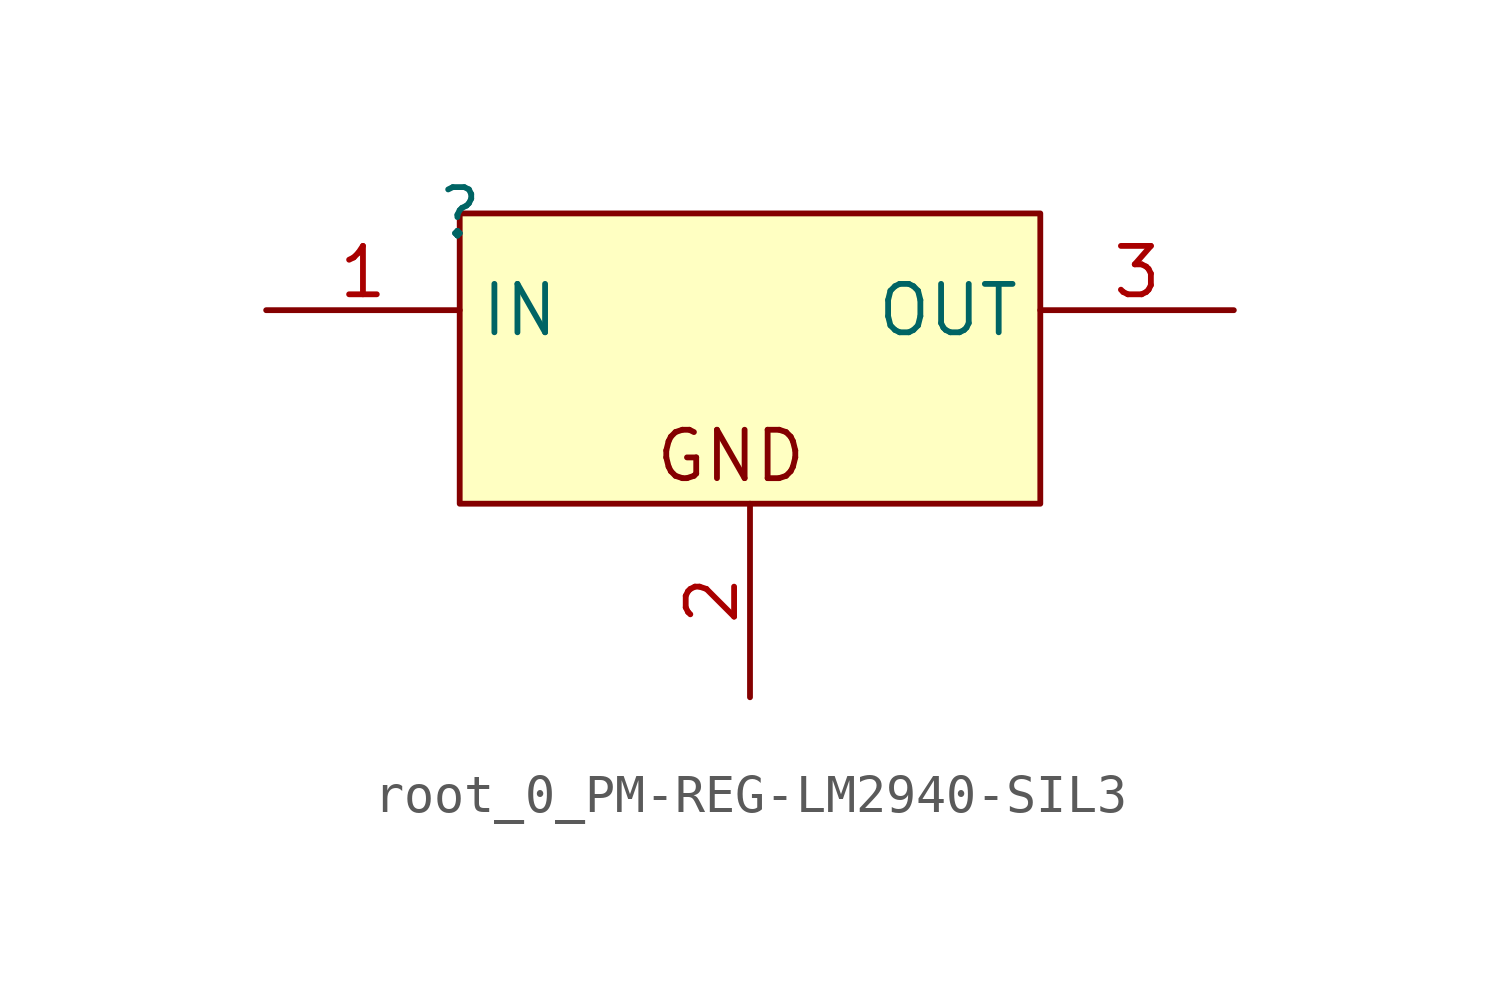
<source format=kicad_sym>
(kicad_symbol_lib
  (version 20220914)
  (generator kicad_symbol_editor)
  (symbol "root_0_PM-REG-LM2940-SIL3"
    (property "Reference" ""
      (at 0 0 0)
      (effects (font (size 1.27 1.27))))
    (property "Value" ""
      (at 0 0 0)
      (effects (font (size 1.27 1.27))))
    (symbol "root_0_PM-REG-LM2940-SIL3_1_0"
      (rectangle (start 15.24 0) (end 0 -7.62) (stroke (width 0) (type solid)) (fill (type background)))
      (text "GND" (at 5.08 -7.112 0) (effects (font (size 1.27 1.27)) (justify left bottom)))
      (pin power_in line (at -5.08 -2.54 0) (length 5.08) (name "IN" (effects (font (size 1.27 1.27)))) (number "1" (effects (font (size 1.27 1.27)))))
      (pin power_in line (at 7.62 -12.7 90) (length 5.08) (name "GND" (effects (font (size 0 0)))) (number "2" (effects (font (size 1.27 1.27)))))
      (pin power_in line (at 20.32 -2.54 180) (length 5.08) (name "OUT" (effects (font (size 1.27 1.27)))) (number "3" (effects (font (size 1.27 1.27))))))))
</source>
